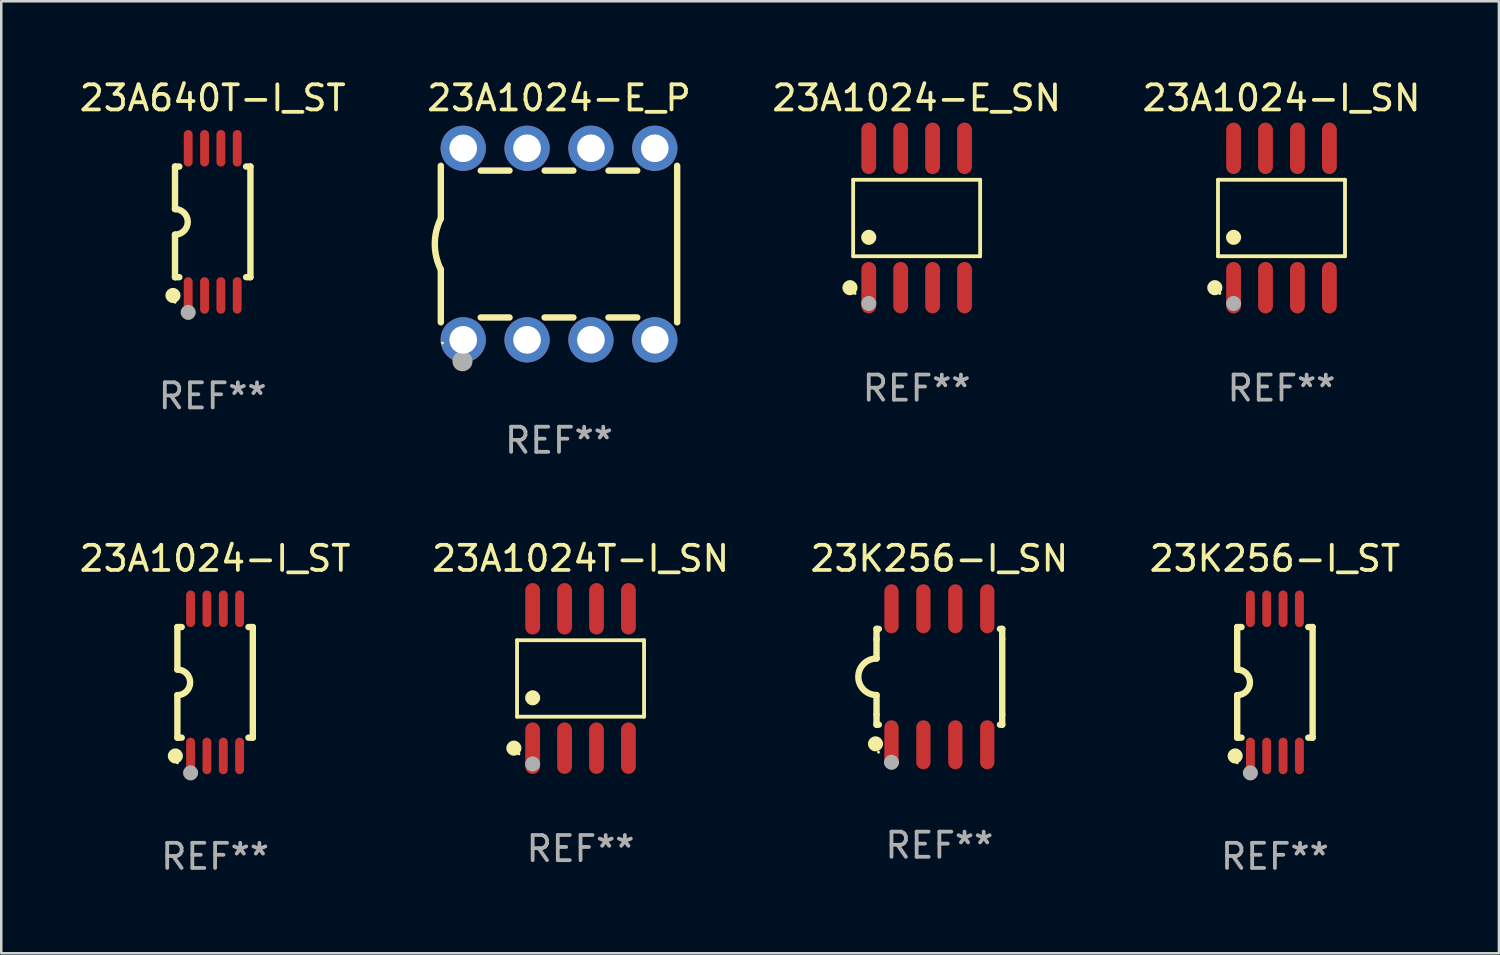
<source format=kicad_pcb>
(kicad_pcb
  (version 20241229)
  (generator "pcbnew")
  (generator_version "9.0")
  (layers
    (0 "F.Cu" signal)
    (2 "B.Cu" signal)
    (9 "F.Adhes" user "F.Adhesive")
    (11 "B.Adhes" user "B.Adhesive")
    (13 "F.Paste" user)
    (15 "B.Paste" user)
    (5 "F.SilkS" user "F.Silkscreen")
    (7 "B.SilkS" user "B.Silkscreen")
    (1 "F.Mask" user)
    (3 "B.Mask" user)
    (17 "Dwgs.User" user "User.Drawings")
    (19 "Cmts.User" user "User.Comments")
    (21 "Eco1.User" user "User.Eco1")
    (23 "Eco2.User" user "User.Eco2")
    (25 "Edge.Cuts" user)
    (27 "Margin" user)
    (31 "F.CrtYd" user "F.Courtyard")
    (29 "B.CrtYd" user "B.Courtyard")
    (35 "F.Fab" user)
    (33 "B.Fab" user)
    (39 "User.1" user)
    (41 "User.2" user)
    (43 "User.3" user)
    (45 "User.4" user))
  (footprint "23K256-I_ST"
    (layer "F.Cu")
    (at 47.661 24.092)
    (property "Reference" "23K256-I_ST" (at 0 -4.927 0) (layer "F.SilkS") (effects (font (size 1 1) (thickness 0.15))))
    (attr through_hole)
    (fp_line (start -1.5 -2.2) (end -1.5 -0.508) (stroke (width 0.254) (type solid)) (layer "F.SilkS"))
    (fp_line (start -1.5 -2.2) (end -1.328 -2.2) (stroke (width 0.254) (type solid)) (layer "F.SilkS"))
    (fp_line (start -1.5 2.2) (end -1.5 0.508) (stroke (width 0.254) (type solid)) (layer "F.SilkS"))
    (fp_line (start -1.5 2.2) (end -1.328 2.2) (stroke (width 0.254) (type solid)) (layer "F.SilkS"))
    (fp_line (start 1.328 -2.2) (end 1.5 -2.2) (stroke (width 0.254) (type solid)) (layer "F.SilkS"))
    (fp_line (start 1.328 2.2) (end 1.5 2.2) (stroke (width 0.254) (type solid)) (layer "F.SilkS"))
    (fp_line (start 1.5 -2.2) (end 1.5 2.2) (stroke (width 0.254) (type solid)) (layer "F.SilkS"))
    (fp_arc (start -1.501144 -0.508) (mid -0.993143 -0.000571) (end -1.5 0.508001) (stroke (width 0.254001) (type solid)) (layer "F.SilkS"))
    (fp_circle (center -1.581 2.927) (end -1.431 2.927) (stroke (width 0.3) (type solid)) (fill no) (layer "F.SilkS"))
    (fp_circle (center -1.5 3.2) (end -1.47 3.2) (stroke (width 0.06) (type solid)) (fill no) (layer "F.SilkS"))
    (fp_circle (center -0.975 3.6) (end -0.825 3.6) (stroke (width 0.3) (type solid)) (fill no) (layer "F.Fab"))
    (fp_text user "REF**" (at 0 6.927 0) (layer "F.Fab") (effects (font (size 1 1) (thickness 0.15))))
    (pad "1" smd oval (at -0.975 2.927) (size 0.353 1.454) (layers "F.Cu" "F.Mask" "F.Paste"))
    (pad "2" smd oval (at -0.325 2.927) (size 0.353 1.454) (layers "F.Cu" "F.Mask" "F.Paste"))
    (pad "3" smd oval (at 0.325 2.927) (size 0.353 1.454) (layers "F.Cu" "F.Mask" "F.Paste"))
    (pad "4" smd oval (at 0.975 2.927) (size 0.353 1.454) (layers "F.Cu" "F.Mask" "F.Paste"))
    (pad "5" smd oval (at 0.975 -2.927) (size 0.353 1.454) (layers "F.Cu" "F.Mask" "F.Paste"))
    (pad "6" smd oval (at 0.325 -2.927) (size 0.353 1.454) (layers "F.Cu" "F.Mask" "F.Paste"))
    (pad "7" smd oval (at -0.325 -2.927) (size 0.353 1.454) (layers "F.Cu" "F.Mask" "F.Paste"))
    (pad "8" smd oval (at -0.975 -2.927) (size 0.353 1.454) (layers "F.Cu" "F.Mask" "F.Paste")))
  (footprint "23A1024-I_SN"
    (layer "F.Cu")
    (at 47.923 5.621)
    (property "Reference" "23A1024-I_SN" (at 0 -4.772 0) (layer "F.SilkS") (effects (font (size 1 1) (thickness 0.15))))
    (attr through_hole)
    (fp_line (start -2.526 -1.521) (end 2.526 -1.521) (stroke (width 0.152) (type solid)) (layer "F.SilkS"))
    (fp_line (start -2.526 1.521) (end -2.526 -1.521) (stroke (width 0.152) (type solid)) (layer "F.SilkS"))
    (fp_line (start 2.526 -1.521) (end 2.526 1.521) (stroke (width 0.152) (type solid)) (layer "F.SilkS"))
    (fp_line (start 2.526 1.521) (end -2.526 1.521) (stroke (width 0.152) (type solid)) (layer "F.SilkS"))
    (fp_circle (center -2.652 2.772) (end -2.501 2.772) (stroke (width 0.3) (type solid)) (fill no) (layer "F.SilkS"))
    (fp_circle (center -2.45 3) (end -2.42 3) (stroke (width 0.06) (type solid)) (fill no) (layer "F.SilkS"))
    (fp_circle (center -1.905 0.769) (end -1.755 0.769) (stroke (width 0.3) (type solid)) (fill no) (layer "F.SilkS"))
    (fp_circle (center -1.905 3.4) (end -1.755 3.4) (stroke (width 0.3) (type solid)) (fill no) (layer "F.Fab"))
    (fp_text user "REF**" (at 0 6.772 0) (layer "F.Fab") (effects (font (size 1 1) (thickness 0.15))))
    (pad "1" smd oval (at -1.905 2.772) (size 0.588 2.045) (layers "F.Cu" "F.Mask" "F.Paste"))
    (pad "2" smd oval (at -0.635 2.772) (size 0.588 2.045) (layers "F.Cu" "F.Mask" "F.Paste"))
    (pad "3" smd oval (at 0.635 2.772) (size 0.588 2.045) (layers "F.Cu" "F.Mask" "F.Paste"))
    (pad "4" smd oval (at 1.905 2.772) (size 0.588 2.045) (layers "F.Cu" "F.Mask" "F.Paste"))
    (pad "5" smd oval (at 1.905 -2.772) (size 0.588 2.045) (layers "F.Cu" "F.Mask" "F.Paste"))
    (pad "6" smd oval (at 0.635 -2.772) (size 0.588 2.045) (layers "F.Cu" "F.Mask" "F.Paste"))
    (pad "7" smd oval (at -0.635 -2.772) (size 0.588 2.045) (layers "F.Cu" "F.Mask" "F.Paste"))
    (pad "8" smd oval (at -1.905 -2.772) (size 0.588 2.045) (layers "F.Cu" "F.Mask" "F.Paste")))
  (footprint "23A640T-I_ST"
    (layer "F.Cu")
    (at 5.411 5.775)
    (property "Reference" "23A640T-I_ST" (at 0 -4.927 0) (layer "F.SilkS") (effects (font (size 1 1) (thickness 0.15))))
    (attr through_hole)
    (fp_line (start -1.5 -2.2) (end -1.5 -0.508) (stroke (width 0.254) (type solid)) (layer "F.SilkS"))
    (fp_line (start -1.5 -2.2) (end -1.328 -2.2) (stroke (width 0.254) (type solid)) (layer "F.SilkS"))
    (fp_line (start -1.5 2.2) (end -1.5 0.508) (stroke (width 0.254) (type solid)) (layer "F.SilkS"))
    (fp_line (start -1.5 2.2) (end -1.328 2.2) (stroke (width 0.254) (type solid)) (layer "F.SilkS"))
    (fp_line (start 1.328 -2.2) (end 1.5 -2.2) (stroke (width 0.254) (type solid)) (layer "F.SilkS"))
    (fp_line (start 1.328 2.2) (end 1.5 2.2) (stroke (width 0.254) (type solid)) (layer "F.SilkS"))
    (fp_line (start 1.5 -2.2) (end 1.5 2.2) (stroke (width 0.254) (type solid)) (layer "F.SilkS"))
    (fp_arc (start -1.501144 -0.508) (mid -0.993143 -0.000571) (end -1.5 0.508001) (stroke (width 0.254001) (type solid)) (layer "F.SilkS"))
    (fp_circle (center -1.581 2.927) (end -1.431 2.927) (stroke (width 0.3) (type solid)) (fill no) (layer "F.SilkS"))
    (fp_circle (center -1.5 3.2) (end -1.47 3.2) (stroke (width 0.06) (type solid)) (fill no) (layer "F.SilkS"))
    (fp_circle (center -0.975 3.6) (end -0.825 3.6) (stroke (width 0.3) (type solid)) (fill no) (layer "F.Fab"))
    (fp_text user "REF**" (at 0 6.927 0) (layer "F.Fab") (effects (font (size 1 1) (thickness 0.15))))
    (pad "1" smd oval (at -0.975 2.927) (size 0.353 1.454) (layers "F.Cu" "F.Mask" "F.Paste"))
    (pad "2" smd oval (at -0.325 2.927) (size 0.353 1.454) (layers "F.Cu" "F.Mask" "F.Paste"))
    (pad "3" smd oval (at 0.325 2.927) (size 0.353 1.454) (layers "F.Cu" "F.Mask" "F.Paste"))
    (pad "4" smd oval (at 0.975 2.927) (size 0.353 1.454) (layers "F.Cu" "F.Mask" "F.Paste"))
    (pad "5" smd oval (at 0.975 -2.927) (size 0.353 1.454) (layers "F.Cu" "F.Mask" "F.Paste"))
    (pad "6" smd oval (at 0.325 -2.927) (size 0.353 1.454) (layers "F.Cu" "F.Mask" "F.Paste"))
    (pad "7" smd oval (at -0.325 -2.927) (size 0.353 1.454) (layers "F.Cu" "F.Mask" "F.Paste"))
    (pad "8" smd oval (at -0.975 -2.927) (size 0.353 1.454) (layers "F.Cu" "F.Mask" "F.Paste")))
  (footprint "23A1024-I_ST"
    (layer "F.Cu")
    (at 5.506 24.092)
    (property "Reference" "23A1024-I_ST" (at 0 -4.927 0) (layer "F.SilkS") (effects (font (size 1 1) (thickness 0.15))))
    (attr through_hole)
    (fp_line (start -1.5 -2.2) (end -1.5 -0.508) (stroke (width 0.254) (type solid)) (layer "F.SilkS"))
    (fp_line (start -1.5 -2.2) (end -1.328 -2.2) (stroke (width 0.254) (type solid)) (layer "F.SilkS"))
    (fp_line (start -1.5 2.2) (end -1.5 0.508) (stroke (width 0.254) (type solid)) (layer "F.SilkS"))
    (fp_line (start -1.5 2.2) (end -1.328 2.2) (stroke (width 0.254) (type solid)) (layer "F.SilkS"))
    (fp_line (start 1.328 -2.2) (end 1.5 -2.2) (stroke (width 0.254) (type solid)) (layer "F.SilkS"))
    (fp_line (start 1.328 2.2) (end 1.5 2.2) (stroke (width 0.254) (type solid)) (layer "F.SilkS"))
    (fp_line (start 1.5 -2.2) (end 1.5 2.2) (stroke (width 0.254) (type solid)) (layer "F.SilkS"))
    (fp_arc (start -1.501144 -0.508) (mid -0.993143 -0.000571) (end -1.5 0.508001) (stroke (width 0.254001) (type solid)) (layer "F.SilkS"))
    (fp_circle (center -1.581 2.927) (end -1.431 2.927) (stroke (width 0.3) (type solid)) (fill no) (layer "F.SilkS"))
    (fp_circle (center -1.5 3.2) (end -1.47 3.2) (stroke (width 0.06) (type solid)) (fill no) (layer "F.SilkS"))
    (fp_circle (center -0.975 3.6) (end -0.825 3.6) (stroke (width 0.3) (type solid)) (fill no) (layer "F.Fab"))
    (fp_text user "REF**" (at 0 6.927 0) (layer "F.Fab") (effects (font (size 1 1) (thickness 0.15))))
    (pad "1" smd oval (at -0.975 2.927) (size 0.353 1.454) (layers "F.Cu" "F.Mask" "F.Paste"))
    (pad "2" smd oval (at -0.325 2.927) (size 0.353 1.454) (layers "F.Cu" "F.Mask" "F.Paste"))
    (pad "3" smd oval (at 0.325 2.927) (size 0.353 1.454) (layers "F.Cu" "F.Mask" "F.Paste"))
    (pad "4" smd oval (at 0.975 2.927) (size 0.353 1.454) (layers "F.Cu" "F.Mask" "F.Paste"))
    (pad "5" smd oval (at 0.975 -2.927) (size 0.353 1.454) (layers "F.Cu" "F.Mask" "F.Paste"))
    (pad "6" smd oval (at 0.325 -2.927) (size 0.353 1.454) (layers "F.Cu" "F.Mask" "F.Paste"))
    (pad "7" smd oval (at -0.325 -2.927) (size 0.353 1.454) (layers "F.Cu" "F.Mask" "F.Paste"))
    (pad "8" smd oval (at -0.975 -2.927) (size 0.353 1.454) (layers "F.Cu" "F.Mask" "F.Paste")))
  (footprint "23A1024T-I_SN"
    (layer "F.Cu")
    (at 20.042 23.937)
    (property "Reference" "23A1024T-I_SN" (at 0 -4.772 0) (layer "F.SilkS") (effects (font (size 1 1) (thickness 0.15))))
    (attr through_hole)
    (fp_line (start -2.526 -1.521) (end 2.526 -1.521) (stroke (width 0.152) (type solid)) (layer "F.SilkS"))
    (fp_line (start -2.526 1.521) (end -2.526 -1.521) (stroke (width 0.152) (type solid)) (layer "F.SilkS"))
    (fp_line (start 2.526 -1.521) (end 2.526 1.521) (stroke (width 0.152) (type solid)) (layer "F.SilkS"))
    (fp_line (start 2.526 1.521) (end -2.526 1.521) (stroke (width 0.152) (type solid)) (layer "F.SilkS"))
    (fp_circle (center -2.652 2.772) (end -2.501 2.772) (stroke (width 0.3) (type solid)) (fill no) (layer "F.SilkS"))
    (fp_circle (center -2.45 3) (end -2.42 3) (stroke (width 0.06) (type solid)) (fill no) (layer "F.SilkS"))
    (fp_circle (center -1.905 0.769) (end -1.755 0.769) (stroke (width 0.3) (type solid)) (fill no) (layer "F.SilkS"))
    (fp_circle (center -1.905 3.4) (end -1.755 3.4) (stroke (width 0.3) (type solid)) (fill no) (layer "F.Fab"))
    (fp_text user "REF**" (at 0 6.772 0) (layer "F.Fab") (effects (font (size 1 1) (thickness 0.15))))
    (pad "1" smd oval (at -1.905 2.772) (size 0.588 2.045) (layers "F.Cu" "F.Mask" "F.Paste"))
    (pad "2" smd oval (at -0.635 2.772) (size 0.588 2.045) (layers "F.Cu" "F.Mask" "F.Paste"))
    (pad "3" smd oval (at 0.635 2.772) (size 0.588 2.045) (layers "F.Cu" "F.Mask" "F.Paste"))
    (pad "4" smd oval (at 1.905 2.772) (size 0.588 2.045) (layers "F.Cu" "F.Mask" "F.Paste"))
    (pad "5" smd oval (at 1.905 -2.772) (size 0.588 2.045) (layers "F.Cu" "F.Mask" "F.Paste"))
    (pad "6" smd oval (at 0.635 -2.772) (size 0.588 2.045) (layers "F.Cu" "F.Mask" "F.Paste"))
    (pad "7" smd oval (at -0.635 -2.772) (size 0.588 2.045) (layers "F.Cu" "F.Mask" "F.Paste"))
    (pad "8" smd oval (at -1.905 -2.772) (size 0.588 2.045) (layers "F.Cu" "F.Mask" "F.Paste")))
  (footprint "23A1024-E_SN"
    (layer "F.Cu")
    (at 33.411 5.621)
    (property "Reference" "23A1024-E_SN" (at 0 -4.772 0) (layer "F.SilkS") (effects (font (size 1 1) (thickness 0.15))))
    (attr through_hole)
    (fp_line (start -2.526 -1.521) (end 2.526 -1.521) (stroke (width 0.152) (type solid)) (layer "F.SilkS"))
    (fp_line (start -2.526 1.521) (end -2.526 -1.521) (stroke (width 0.152) (type solid)) (layer "F.SilkS"))
    (fp_line (start 2.526 -1.521) (end 2.526 1.521) (stroke (width 0.152) (type solid)) (layer "F.SilkS"))
    (fp_line (start 2.526 1.521) (end -2.526 1.521) (stroke (width 0.152) (type solid)) (layer "F.SilkS"))
    (fp_circle (center -2.652 2.772) (end -2.501 2.772) (stroke (width 0.3) (type solid)) (fill no) (layer "F.SilkS"))
    (fp_circle (center -2.45 3) (end -2.42 3) (stroke (width 0.06) (type solid)) (fill no) (layer "F.SilkS"))
    (fp_circle (center -1.905 0.769) (end -1.755 0.769) (stroke (width 0.3) (type solid)) (fill no) (layer "F.SilkS"))
    (fp_circle (center -1.905 3.4) (end -1.755 3.4) (stroke (width 0.3) (type solid)) (fill no) (layer "F.Fab"))
    (fp_text user "REF**" (at 0 6.772 0) (layer "F.Fab") (effects (font (size 1 1) (thickness 0.15))))
    (pad "1" smd oval (at -1.905 2.772) (size 0.588 2.045) (layers "F.Cu" "F.Mask" "F.Paste"))
    (pad "2" smd oval (at -0.635 2.772) (size 0.588 2.045) (layers "F.Cu" "F.Mask" "F.Paste"))
    (pad "3" smd oval (at 0.635 2.772) (size 0.588 2.045) (layers "F.Cu" "F.Mask" "F.Paste"))
    (pad "4" smd oval (at 1.905 2.772) (size 0.588 2.045) (layers "F.Cu" "F.Mask" "F.Paste"))
    (pad "5" smd oval (at 1.905 -2.772) (size 0.588 2.045) (layers "F.Cu" "F.Mask" "F.Paste"))
    (pad "6" smd oval (at 0.635 -2.772) (size 0.588 2.045) (layers "F.Cu" "F.Mask" "F.Paste"))
    (pad "7" smd oval (at -0.635 -2.772) (size 0.588 2.045) (layers "F.Cu" "F.Mask" "F.Paste"))
    (pad "8" smd oval (at -1.905 -2.772) (size 0.588 2.045) (layers "F.Cu" "F.Mask" "F.Paste")))
  (footprint "23K256-I_SN"
    (layer "F.Cu")
    (at 34.315 23.87)
    (property "Reference" "23K256-I_SN" (at 0 -4.705 0) (layer "F.SilkS") (effects (font (size 1 1) (thickness 0.15))))
    (attr through_hole)
    (fp_line (start -2.5 -1.905) (end -2.409 -1.905) (stroke (width 0.254) (type solid)) (layer "F.SilkS"))
    (fp_line (start -2.5 -1.5) (end -2.5 -1.905) (stroke (width 0.254) (type solid)) (layer "F.SilkS"))
    (fp_line (start -2.5 -1.5) (end -2.5 -0.726) (stroke (width 0.254) (type solid)) (layer "F.SilkS"))
    (fp_line (start -2.5 1.5) (end -2.5 0.727) (stroke (width 0.254) (type solid)) (layer "F.SilkS"))
    (fp_line (start -2.5 1.5) (end -2.5 1.905) (stroke (width 0.254) (type solid)) (layer "F.SilkS"))
    (fp_line (start -2.5 1.905) (end -2.409 1.905) (stroke (width 0.254) (type solid)) (layer "F.SilkS"))
    (fp_line (start 2.5 -1.905) (end 2.409 -1.905) (stroke (width 0.254) (type solid)) (layer "F.SilkS"))
    (fp_line (start 2.5 -1.5) (end 2.5 -1.905) (stroke (width 0.254) (type solid)) (layer "F.SilkS"))
    (fp_line (start 2.5 -1.5) (end 2.5 1.5) (stroke (width 0.254) (type solid)) (layer "F.SilkS"))
    (fp_line (start 2.5 1.5) (end 2.5 1.905) (stroke (width 0.254) (type solid)) (layer "F.SilkS"))
    (fp_line (start 2.5 1.905) (end 2.409 1.905) (stroke (width 0.254) (type solid)) (layer "F.SilkS"))
    (fp_arc (start -2.5 0.726568) (mid -3.220316 -0.0023) (end -2.495097 -0.726289) (stroke (width 0.254001) (type solid)) (layer "F.SilkS"))
    (fp_circle (center -2.54 2.667) (end -2.39 2.667) (stroke (width 0.3) (type solid)) (fill no) (layer "F.SilkS"))
    (fp_circle (center -2.42 3) (end -2.39 3) (stroke (width 0.06) (type solid)) (fill no) (layer "F.SilkS"))
    (fp_circle (center -1.905 3.4) (end -1.755 3.4) (stroke (width 0.3) (type solid)) (fill no) (layer "F.Fab"))
    (fp_text user "REF**" (at 0 6.705 0) (layer "F.Fab") (effects (font (size 1 1) (thickness 0.15))))
    (pad "1" smd oval (at -1.905 2.705) (size 0.568 1.95) (layers "F.Cu" "F.Mask" "F.Paste"))
    (pad "2" smd oval (at -0.635 2.705) (size 0.568 1.95) (layers "F.Cu" "F.Mask" "F.Paste"))
    (pad "3" smd oval (at 0.635 2.705) (size 0.568 1.95) (layers "F.Cu" "F.Mask" "F.Paste"))
    (pad "4" smd oval (at 1.905 2.705) (size 0.568 1.95) (layers "F.Cu" "F.Mask" "F.Paste"))
    (pad "5" smd oval (at 1.905 -2.705) (size 0.568 1.95) (layers "F.Cu" "F.Mask" "F.Paste"))
    (pad "6" smd oval (at 0.635 -2.705) (size 0.568 1.95) (layers "F.Cu" "F.Mask" "F.Paste"))
    (pad "7" smd oval (at -0.635 -2.705) (size 0.568 1.95) (layers "F.Cu" "F.Mask" "F.Paste"))
    (pad "8" smd oval (at -1.905 -2.705) (size 0.568 1.95) (layers "F.Cu" "F.Mask" "F.Paste")))
  (footprint "23A1024-E_P"
    (layer "F.Cu")
    (at 19.185 6.658)
    (property "Reference" "23A1024-E_P" (at 0 -5.81 0) (layer "F.SilkS") (effects (font (size 1 1) (thickness 0.15))))
    (attr through_hole)
    (fp_line (start -4.7 -1.017) (end -4.7 -3.113) (stroke (width 0.254) (type solid)) (layer "F.SilkS"))
    (fp_line (start -4.7 1.015) (end -4.7 3.113) (stroke (width 0.254) (type solid)) (layer "F.SilkS"))
    (fp_line (start -3.113 2.92) (end -1.967 2.92) (stroke (width 0.254) (type solid)) (layer "F.SilkS"))
    (fp_line (start -3.111 -2.922) (end -1.969 -2.922) (stroke (width 0.254) (type solid)) (layer "F.SilkS"))
    (fp_line (start -0.573 2.92) (end 0.573 2.92) (stroke (width 0.254) (type solid)) (layer "F.SilkS"))
    (fp_line (start -0.571 -2.922) (end 0.571 -2.922) (stroke (width 0.254) (type solid)) (layer "F.SilkS"))
    (fp_line (start 1.967 2.92) (end 3.113 2.92) (stroke (width 0.254) (type solid)) (layer "F.SilkS"))
    (fp_line (start 1.969 -2.922) (end 3.111 -2.922) (stroke (width 0.254) (type solid)) (layer "F.SilkS"))
    (fp_line (start 4.7 -3.113) (end 4.7 3.113) (stroke (width 0.254) (type solid)) (layer "F.SilkS"))
    (fp_arc (start -4.7 1.01524) (mid -4.939846 -0.000762) (end -4.7 -1.016764) (stroke (width 0.254001) (type solid)) (layer "F.SilkS"))
    (fp_circle (center -4.636 3.935) (end -4.606 3.935) (stroke (width 0.06) (type solid)) (fill no) (layer "F.SilkS"))
    (fp_circle (center -3.84 4.66) (end -3.64 4.66) (stroke (width 0.4) (type solid)) (fill no) (layer "F.Fab"))
    (fp_text user "REF**" (at 0 7.81 0) (layer "F.Fab") (effects (font (size 1 1) (thickness 0.15))))
    (pad "1" thru_hole circle (at -3.81 3.81) (size 1.8 1.8) (drill 1.1) (layers "*.Cu" "*.Mask"))
    (pad "2" thru_hole circle (at -1.27 3.81) (size 1.8 1.8) (drill 1.1) (layers "*.Cu" "*.Mask"))
    (pad "3" thru_hole circle (at 1.27 3.81) (size 1.8 1.8) (drill 1.1) (layers "*.Cu" "*.Mask"))
    (pad "4" thru_hole circle (at 3.81 3.81) (size 1.8 1.8) (drill 1.1) (layers "*.Cu" "*.Mask"))
    (pad "5" thru_hole circle (at 3.81 -3.81) (size 1.8 1.8) (drill 1.1) (layers "*.Cu" "*.Mask"))
    (pad "6" thru_hole circle (at 1.27 -3.81) (size 1.8 1.8) (drill 1.1) (layers "*.Cu" "*.Mask"))
    (pad "7" thru_hole circle (at -1.27 -3.81) (size 1.8 1.8) (drill 1.1) (layers "*.Cu" "*.Mask"))
    (pad "8" thru_hole circle (at -3.81 -3.81) (size 1.8 1.8) (drill 1.1) (layers "*.Cu" "*.Mask")))
  (gr_rect
    (start -3 -3)
    (end 56.571 34.867)
    (stroke (width 0.1) (type default))
    (fill no)
    (layer "Edge.Cuts")))
</source>
